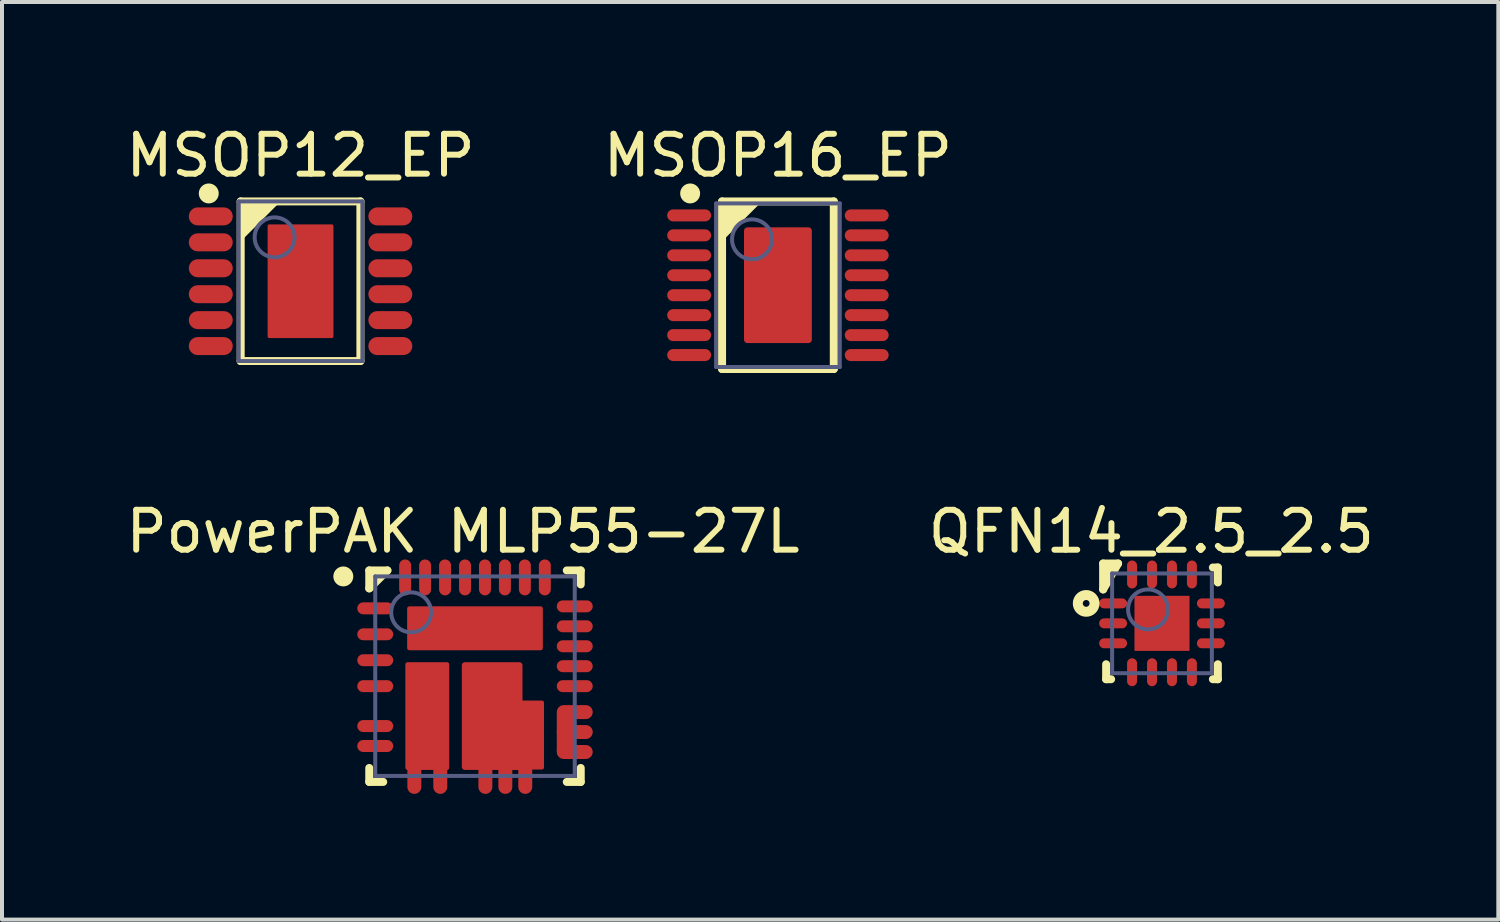
<source format=kicad_pcb>
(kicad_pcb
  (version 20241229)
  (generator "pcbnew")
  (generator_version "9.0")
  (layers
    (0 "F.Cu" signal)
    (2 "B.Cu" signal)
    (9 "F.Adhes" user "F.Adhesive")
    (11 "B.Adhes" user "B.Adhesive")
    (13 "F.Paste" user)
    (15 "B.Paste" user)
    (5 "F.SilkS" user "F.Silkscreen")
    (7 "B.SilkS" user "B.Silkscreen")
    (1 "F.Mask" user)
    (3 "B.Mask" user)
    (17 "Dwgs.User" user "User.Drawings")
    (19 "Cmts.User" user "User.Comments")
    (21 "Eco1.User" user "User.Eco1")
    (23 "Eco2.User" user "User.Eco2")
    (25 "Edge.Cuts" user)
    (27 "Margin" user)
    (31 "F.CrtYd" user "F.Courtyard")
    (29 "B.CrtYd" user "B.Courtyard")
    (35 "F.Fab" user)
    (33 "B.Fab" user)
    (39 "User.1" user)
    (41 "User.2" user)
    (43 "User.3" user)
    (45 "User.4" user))
  (footprint "MSOP12_EP"
    (layer "F.Cu")
    (at 4.482 3.998)
    (property "Reference" "MSOP12_EP" (at 0 -3.15 0) (layer "F.SilkS") (effects (font (size 1 1) (thickness 0.15))))
    (fp_line (start -1.5 -2) (end 1.5 -2) (stroke (width 0.2) (type solid)) (layer "F.SilkS"))
    (fp_line (start -1.5 2) (end -1.5 -2) (stroke (width 0.2) (type solid)) (layer "F.SilkS"))
    (fp_line (start -1.5 2) (end 1.5 2) (stroke (width 0.2) (type solid)) (layer "F.SilkS"))
    (fp_line (start 1.5 2) (end 1.5 -2) (stroke (width 0.2) (type solid)) (layer "F.SilkS"))
    (fp_circle (center -2.3 -2.2) (end -2.3 -2.325) (stroke (width 0.25) (type solid)) (fill no) (layer "F.SilkS"))
    (fp_poly (pts (xy -0.5 -2) (xy -1.5 -1) (xy -1.5 -2)) (stroke (width 0) (type default)) (fill yes) (layer "F.SilkS"))
    (fp_line (start -3 -2.1) (end 3 -2.1) (stroke (width 0.05) (type solid)) (layer "Eco2.User"))
    (fp_line (start -3 2.1) (end -3 -2.1) (stroke (width 0.05) (type solid)) (layer "Eco2.User"))
    (fp_line (start -3 2.1) (end 3 2.1) (stroke (width 0.05) (type solid)) (layer "Eco2.User"))
    (fp_line (start -0.5 0) (end 0.5 0) (stroke (width 0.1) (type solid)) (layer "Eco2.User"))
    (fp_line (start 0 0.5) (end 0 -0.5) (stroke (width 0.1) (type solid)) (layer "Eco2.User"))
    (fp_line (start 3 2.1) (end 3 -2.1) (stroke (width 0.05) (type solid)) (layer "Eco2.User"))
    (fp_line (start -1.55 -2) (end 1.55 -2) (stroke (width 0.1) (type solid)) (layer "B.Fab"))
    (fp_line (start -1.55 2) (end -1.55 -2) (stroke (width 0.1) (type solid)) (layer "B.Fab"))
    (fp_line (start -1.55 2) (end 1.55 2) (stroke (width 0.1) (type solid)) (layer "B.Fab"))
    (fp_line (start 1.55 2) (end 1.55 -2) (stroke (width 0.1) (type solid)) (layer "B.Fab"))
    (fp_circle (center -0.65 -1.1) (end -0.65 -1.6) (stroke (width 0.1) (type solid)) (fill no) (layer "B.Fab"))
    (pad "1" smd oval (at -2.25 -1.625 90) (size 0.45 1.1) (layers "F.Cu" "F.Mask" "F.Paste"))
    (pad "2" smd oval (at -2.25 -0.975 90) (size 0.45 1.1) (layers "F.Cu" "F.Mask" "F.Paste"))
    (pad "3" smd oval (at -2.25 -0.325 90) (size 0.45 1.1) (layers "F.Cu" "F.Mask" "F.Paste"))
    (pad "4" smd oval (at -2.25 0.325 90) (size 0.45 1.1) (layers "F.Cu" "F.Mask" "F.Paste"))
    (pad "5" smd oval (at -2.25 0.975 90) (size 0.45 1.1) (layers "F.Cu" "F.Mask" "F.Paste"))
    (pad "6" smd oval (at -2.25 1.625 90) (size 0.45 1.1) (layers "F.Cu" "F.Mask" "F.Paste"))
    (pad "7" smd oval (at 2.25 1.625 90) (size 0.45 1.1) (layers "F.Cu" "F.Mask" "F.Paste"))
    (pad "8" smd oval (at 2.25 0.975 90) (size 0.45 1.1) (layers "F.Cu" "F.Mask" "F.Paste"))
    (pad "9" smd oval (at 2.25 0.325 90) (size 0.45 1.1) (layers "F.Cu" "F.Mask" "F.Paste"))
    (pad "10" smd oval (at 2.25 -0.325 90) (size 0.45 1.1) (layers "F.Cu" "F.Mask" "F.Paste"))
    (pad "11" smd oval (at 2.25 -0.975 90) (size 0.45 1.1) (layers "F.Cu" "F.Mask" "F.Paste"))
    (pad "12" smd oval (at 2.25 -1.625 90) (size 0.45 1.1) (layers "F.Cu" "F.Mask" "F.Paste"))
    (pad "13" smd roundrect (at 0 0) (size 1.65 2.85) (layers "F.Cu" "F.Mask" "F.Paste") (roundrect_rratio 0.025)))
  (footprint "QFN14_2.5_2.5"
    (layer "F.Cu")
    (at 26.071 12.572)
    (property "Reference" "QFN14_2.5_2.5" (at -0.267 -2.3 0) (layer "F.SilkS") (effects (font (size 1 1) (thickness 0.15))))
    (fp_line (start -1.475 -1.5) (end -1.1 -1.5) (stroke (width 0.2) (type solid)) (layer "F.SilkS"))
    (fp_line (start -1.475 -0.85) (end -1.475 -1.5) (stroke (width 0.2) (type solid)) (layer "F.SilkS"))
    (fp_line (start -1.475 -0.85) (end -1.1 -1.5) (stroke (width 0.2) (type solid)) (layer "F.SilkS"))
    (fp_line (start -1.4 1.4) (end -1.4 1.025) (stroke (width 0.2) (type solid)) (layer "F.SilkS"))
    (fp_line (start -1.4 1.4) (end -1.275 1.4) (stroke (width 0.2) (type solid)) (layer "F.SilkS"))
    (fp_line (start 1.275 -1.4) (end 1.4 -1.4) (stroke (width 0.2) (type solid)) (layer "F.SilkS"))
    (fp_line (start 1.275 1.4) (end 1.4 1.4) (stroke (width 0.2) (type solid)) (layer "F.SilkS"))
    (fp_line (start 1.4 -1.025) (end 1.4 -1.4) (stroke (width 0.2) (type solid)) (layer "F.SilkS"))
    (fp_line (start 1.4 1.4) (end 1.4 1.025) (stroke (width 0.2) (type solid)) (layer "F.SilkS"))
    (fp_rect (start -1.523 -1.146) (end -1.203 -1.501) (stroke (width 0) (type default)) (fill yes) (layer "F.SilkS"))
    (fp_circle (center -1.9 -0.5) (end -1.9 -0.585) (stroke (width 0.25) (type solid)) (fill no) (layer "F.SilkS"))
    (fp_line (start -1.825 -1.825) (end 1.825 -1.825) (stroke (width 0.05) (type solid)) (layer "Eco2.User"))
    (fp_line (start -1.825 1.825) (end -1.825 -1.825) (stroke (width 0.05) (type solid)) (layer "Eco2.User"))
    (fp_line (start -1.825 1.825) (end 1.825 1.825) (stroke (width 0.05) (type solid)) (layer "Eco2.User"))
    (fp_line (start -0.5 0) (end 0.5 0) (stroke (width 0.1) (type solid)) (layer "Eco2.User"))
    (fp_line (start 0 0.5) (end 0 -0.5) (stroke (width 0.1) (type solid)) (layer "Eco2.User"))
    (fp_line (start 1.825 1.825) (end 1.825 -1.825) (stroke (width 0.05) (type solid)) (layer "Eco2.User"))
    (fp_line (start -1.25 -1.25) (end 1.25 -1.25) (stroke (width 0.1) (type solid)) (layer "B.Fab"))
    (fp_line (start -1.25 1.25) (end -1.25 -1.25) (stroke (width 0.1) (type solid)) (layer "B.Fab"))
    (fp_line (start -1.25 1.25) (end 1.25 1.25) (stroke (width 0.1) (type solid)) (layer "B.Fab"))
    (fp_line (start 1.25 1.25) (end 1.25 -1.25) (stroke (width 0.1) (type solid)) (layer "B.Fab"))
    (fp_circle (center -0.35 -0.35) (end -0.35 -0.85) (stroke (width 0.1) (type solid)) (fill no) (layer "B.Fab"))
    (pad "1" smd oval (at -1.225 -0.5 90) (size 0.25 0.7) (layers "F.Cu" "F.Mask" "F.Paste"))
    (pad "2" smd oval (at -1.225 0 90) (size 0.25 0.7) (layers "F.Cu" "F.Mask" "F.Paste"))
    (pad "3" smd oval (at -1.225 0.5 90) (size 0.25 0.7) (layers "F.Cu" "F.Mask" "F.Paste"))
    (pad "4" smd oval (at -0.75 1.225) (size 0.25 0.7) (layers "F.Cu" "F.Mask" "F.Paste"))
    (pad "5" smd oval (at -0.25 1.225) (size 0.25 0.7) (layers "F.Cu" "F.Mask" "F.Paste"))
    (pad "6" smd oval (at 0.25 1.225) (size 0.25 0.7) (layers "F.Cu" "F.Mask" "F.Paste"))
    (pad "7" smd oval (at 0.75 1.225) (size 0.25 0.7) (layers "F.Cu" "F.Mask" "F.Paste"))
    (pad "8" smd oval (at 1.225 0.5 90) (size 0.25 0.7) (layers "F.Cu" "F.Mask" "F.Paste"))
    (pad "9" smd oval (at 1.225 0 90) (size 0.25 0.7) (layers "F.Cu" "F.Mask" "F.Paste"))
    (pad "10" smd oval (at 1.225 -0.5 90) (size 0.25 0.7) (layers "F.Cu" "F.Mask" "F.Paste"))
    (pad "11" smd oval (at 0.75 -1.225) (size 0.25 0.7) (layers "F.Cu" "F.Mask" "F.Paste"))
    (pad "12" smd oval (at 0.25 -1.225) (size 0.25 0.7) (layers "F.Cu" "F.Mask" "F.Paste"))
    (pad "13" smd oval (at -0.25 -1.225) (size 0.25 0.7) (layers "F.Cu" "F.Mask" "F.Paste"))
    (pad "14" smd oval (at -0.75 -1.225) (size 0.25 0.7) (layers "F.Cu" "F.Mask" "F.Paste"))
    (pad "15" smd rect (at 0 0) (size 1.38 1.38) (layers "F.Cu" "F.Mask" "F.Paste")))
  (footprint "PowerPAK MLP55-27L"
    (layer "F.Cu")
    (at 8.854 13.896)
    (property "Reference" "PowerPAK MLP55-27L" (at -0.3 -3.625 0) (layer "F.SilkS") (effects (font (size 1 1) (thickness 0.15))))
    (fp_line (start -2.65 -2.65) (end -2.195 -2.65) (stroke (width 0.2) (type solid)) (layer "F.SilkS"))
    (fp_line (start -2.65 -2.2) (end -2.65 -2.65) (stroke (width 0.2) (type solid)) (layer "F.SilkS"))
    (fp_line (start -2.65 -2.2) (end -2.195 -2.65) (stroke (width 0.2) (type solid)) (layer "F.SilkS"))
    (fp_line (start -2.65 2.65) (end -2.65 2.3) (stroke (width 0.2) (type solid)) (layer "F.SilkS"))
    (fp_line (start -2.65 2.65) (end -2.3 2.65) (stroke (width 0.2) (type solid)) (layer "F.SilkS"))
    (fp_line (start 2.3 -2.65) (end 2.65 -2.65) (stroke (width 0.2) (type solid)) (layer "F.SilkS"))
    (fp_line (start 2.3 2.65) (end 2.65 2.65) (stroke (width 0.2) (type solid)) (layer "F.SilkS"))
    (fp_line (start 2.65 -2.3) (end 2.65 -2.65) (stroke (width 0.2) (type solid)) (layer "F.SilkS"))
    (fp_line (start 2.65 2.65) (end 2.65 2.3) (stroke (width 0.2) (type solid)) (layer "F.SilkS"))
    (fp_rect (start -2.65 -2.425) (end -2.422 -2.65) (stroke (width 0) (type default)) (fill yes) (layer "F.SilkS"))
    (fp_circle (center -3.3 -2.5) (end -3.3 -2.625) (stroke (width 0.25) (type solid)) (fill no) (layer "F.SilkS"))
    (fp_line (start -3.075 -3.075) (end 3.075 -3.075) (stroke (width 0.05) (type solid)) (layer "Eco2.User"))
    (fp_line (start -3.075 3.075) (end -3.075 -3.075) (stroke (width 0.05) (type solid)) (layer "Eco2.User"))
    (fp_line (start -3.075 3.075) (end 3.075 3.075) (stroke (width 0.05) (type solid)) (layer "Eco2.User"))
    (fp_line (start -0.5 0) (end 0.5 0) (stroke (width 0.1) (type solid)) (layer "Eco2.User"))
    (fp_line (start 0 0.5) (end 0 -0.5) (stroke (width 0.1) (type solid)) (layer "Eco2.User"))
    (fp_line (start 3.075 3.075) (end 3.075 -3.075) (stroke (width 0.05) (type solid)) (layer "Eco2.User"))
    (fp_line (start -2.5 -2.5) (end 2.5 -2.5) (stroke (width 0.1) (type solid)) (layer "B.Fab"))
    (fp_line (start -2.5 2.5) (end -2.5 -2.5) (stroke (width 0.1) (type solid)) (layer "B.Fab"))
    (fp_line (start -2.5 2.5) (end 2.5 2.5) (stroke (width 0.1) (type solid)) (layer "B.Fab"))
    (fp_line (start 2.5 2.5) (end 2.5 -2.5) (stroke (width 0.1) (type solid)) (layer "B.Fab"))
    (fp_circle (center -1.6 -1.6) (end -1.6 -2.1) (stroke (width 0.1) (type solid)) (fill no) (layer "B.Fab"))
    (pad "1" smd oval (at -2.5 -1.7 90) (size 0.3 0.9) (layers "F.Cu" "F.Mask" "F.Paste"))
    (pad "2" smd oval (at -2.5 -1.05 90) (size 0.3 0.9) (layers "F.Cu" "F.Mask" "F.Paste"))
    (pad "3" smd oval (at -2.5 -0.4 90) (size 0.3 0.9) (layers "F.Cu" "F.Mask" "F.Paste"))
    (pad "4" smd oval (at -2.5 0.25 90) (size 0.3 0.9) (layers "F.Cu" "F.Mask" "F.Paste"))
    (pad "5" smd oval (at -2.5 1.25 90) (size 0.3 0.9) (layers "F.Cu" "F.Mask" "F.Paste"))
    (pad "6" smd oval (at -2.5 1.75 90) (size 0.3 0.9) (layers "F.Cu" "F.Mask" "F.Paste"))
    (pad "7" smd oval (at -1.52 2.5) (size 0.35 0.9) (layers "F.Cu" "F.Mask" "F.Paste"))
    (pad "8" smd oval (at -0.87 2.5) (size 0.35 0.9) (layers "F.Cu" "F.Mask" "F.Paste"))
    (pad "9" smd oval (at 0.26 2.5) (size 0.35 0.9) (layers "F.Cu" "F.Mask" "F.Paste"))
    (pad "10" smd oval (at 0.76 2.5) (size 0.35 0.9) (layers "F.Cu" "F.Mask" "F.Paste"))
    (pad "11" smd oval (at 1.26 2.5) (size 0.35 0.9) (layers "F.Cu" "F.Mask" "F.Paste"))
    (pad "12" smd oval (at 2.5 1.9 90) (size 0.35 0.9) (layers "F.Cu" "F.Mask" "F.Paste"))
    (pad "13" smd oval (at 2.5 1.4 90) (size 0.35 0.9) (layers "F.Cu" "F.Mask" "F.Paste"))
    (pad "14" smd rect (at 2.28 1.406) (size 0.461 0.986) (layers "F.Cu"))
    (pad "14" smd oval (at 2.5 0.9 90) (size 0.35 0.9) (layers "F.Cu" "F.Mask" "F.Paste"))
    (pad "15" smd oval (at 2.5 0.25 90) (size 0.3 0.9) (layers "F.Cu" "F.Mask" "F.Paste"))
    (pad "16" smd oval (at 2.5 -0.25 90) (size 0.3 0.9) (layers "F.Cu" "F.Mask" "F.Paste"))
    (pad "17" smd oval (at 2.5 -0.75 90) (size 0.3 0.9) (layers "F.Cu" "F.Mask" "F.Paste"))
    (pad "18" smd oval (at 2.5 -1.25 90) (size 0.3 0.9) (layers "F.Cu" "F.Mask" "F.Paste"))
    (pad "19" smd oval (at 2.5 -1.75 90) (size 0.3 0.9) (layers "F.Cu" "F.Mask" "F.Paste"))
    (pad "20" smd oval (at 1.75 -2.475) (size 0.3 0.9) (layers "F.Cu" "F.Mask" "F.Paste"))
    (pad "21" smd oval (at 1.25 -2.475) (size 0.3 0.9) (layers "F.Cu" "F.Mask" "F.Paste"))
    (pad "22" smd oval (at 0.75 -2.475) (size 0.3 0.9) (layers "F.Cu" "F.Mask" "F.Paste"))
    (pad "23" smd oval (at 0.25 -2.475) (size 0.3 0.9) (layers "F.Cu" "F.Mask" "F.Paste"))
    (pad "24" smd oval (at -0.25 -2.475) (size 0.3 0.9) (layers "F.Cu" "F.Mask" "F.Paste"))
    (pad "25" smd oval (at -0.75 -2.475) (size 0.3 0.9) (layers "F.Cu" "F.Mask" "F.Paste"))
    (pad "26" smd oval (at -1.25 -2.475) (size 0.3 0.9) (layers "F.Cu" "F.Mask" "F.Paste"))
    (pad "27" smd oval (at -1.75 -2.475) (size 0.3 0.9) (layers "F.Cu" "F.Mask" "F.Paste"))
    (pad "28" smd roundrect (at 0 -1.2 90) (size 1.1 3.4) (layers "F.Cu" "F.Mask" "F.Paste") (roundrect_rratio 0.05))
    (pad "29" smd roundrect (at -1.195 1 180) (size 1.1 2.7) (layers "F.Cu" "F.Mask" "F.Paste") (roundrect_rratio 0.05))
    (pad "30" smd roundrect (at 0.43 1 180) (size 1.52 2.7) (layers "F.Cu" "F.Mask" "F.Paste") (roundrect_rratio 0.05))
    (pad "30" smd roundrect (at 1.18 1.475 180) (size 1.1 1.73) (layers "F.Cu" "F.Mask" "F.Paste") (roundrect_rratio 0.05)))
  (footprint "MSOP16_EP"
    (layer "F.Cu")
    (at 16.446 4.098)
    (property "Reference" "MSOP16_EP" (at 0 -3.25 0) (layer "F.SilkS") (effects (font (size 1 1) (thickness 0.15))))
    (fp_line (start -1.4 -2.1) (end 1.4 -2.1) (stroke (width 0.2) (type solid)) (layer "F.SilkS"))
    (fp_line (start -1.4 2.1) (end -1.4 -2.1) (stroke (width 0.2) (type solid)) (layer "F.SilkS"))
    (fp_line (start -1.4 2.1) (end 1.4 2.1) (stroke (width 0.2) (type solid)) (layer "F.SilkS"))
    (fp_line (start 1.4 2.1) (end 1.4 -2.1) (stroke (width 0.2) (type solid)) (layer "F.SilkS"))
    (fp_circle (center -2.2 -2.3) (end -2.2 -2.425) (stroke (width 0.25) (type solid)) (fill no) (layer "F.SilkS"))
    (fp_poly (pts (xy -0.4 -2.1) (xy -1.4 -1.1) (xy -1.4 -2.1)) (stroke (width 0) (type default)) (fill yes) (layer "F.SilkS"))
    (fp_line (start -3.125 -2.3) (end 3.125 -2.3) (stroke (width 0.05) (type solid)) (layer "Eco2.User"))
    (fp_line (start -3.125 2.3) (end -3.125 -2.3) (stroke (width 0.05) (type solid)) (layer "Eco2.User"))
    (fp_line (start -3.125 2.3) (end 3.125 2.3) (stroke (width 0.05) (type solid)) (layer "Eco2.User"))
    (fp_line (start -0.5 0) (end 0.5 0) (stroke (width 0.1) (type solid)) (layer "Eco2.User"))
    (fp_line (start 0 0.5) (end 0 -0.5) (stroke (width 0.1) (type solid)) (layer "Eco2.User"))
    (fp_line (start 3.125 2.3) (end 3.125 -2.3) (stroke (width 0.05) (type solid)) (layer "Eco2.User"))
    (fp_line (start -1.55 -2.05) (end 1.55 -2.05) (stroke (width 0.1) (type solid)) (layer "B.Fab"))
    (fp_line (start -1.55 2.05) (end -1.55 -2.05) (stroke (width 0.1) (type solid)) (layer "B.Fab"))
    (fp_line (start -1.55 2.05) (end 1.55 2.05) (stroke (width 0.1) (type solid)) (layer "B.Fab"))
    (fp_line (start 1.55 2.05) (end 1.55 -2.05) (stroke (width 0.1) (type solid)) (layer "B.Fab"))
    (fp_circle (center -0.65 -1.15) (end -0.65 -1.65) (stroke (width 0.1) (type solid)) (fill no) (layer "B.Fab"))
    (pad "1" smd oval (at -2.225 -1.75 90) (size 0.3 1.1) (layers "F.Cu" "F.Mask" "F.Paste"))
    (pad "2" smd oval (at -2.225 -1.25 90) (size 0.3 1.1) (layers "F.Cu" "F.Mask" "F.Paste"))
    (pad "3" smd oval (at -2.225 -0.75 90) (size 0.3 1.1) (layers "F.Cu" "F.Mask" "F.Paste"))
    (pad "4" smd oval (at -2.225 -0.25 90) (size 0.3 1.1) (layers "F.Cu" "F.Mask" "F.Paste"))
    (pad "5" smd oval (at -2.225 0.25 90) (size 0.3 1.1) (layers "F.Cu" "F.Mask" "F.Paste"))
    (pad "6" smd oval (at -2.225 0.75 90) (size 0.3 1.1) (layers "F.Cu" "F.Mask" "F.Paste"))
    (pad "7" smd oval (at -2.225 1.25 90) (size 0.3 1.1) (layers "F.Cu" "F.Mask" "F.Paste"))
    (pad "8" smd oval (at -2.225 1.75 90) (size 0.3 1.1) (layers "F.Cu" "F.Mask" "F.Paste"))
    (pad "9" smd oval (at 2.225 1.75 90) (size 0.3 1.1) (layers "F.Cu" "F.Mask" "F.Paste"))
    (pad "10" smd oval (at 2.225 1.25 90) (size 0.3 1.1) (layers "F.Cu" "F.Mask" "F.Paste"))
    (pad "11" smd oval (at 2.225 0.75 90) (size 0.3 1.1) (layers "F.Cu" "F.Mask" "F.Paste"))
    (pad "12" smd oval (at 2.225 0.25 90) (size 0.3 1.1) (layers "F.Cu" "F.Mask" "F.Paste"))
    (pad "13" smd oval (at 2.225 -0.25 90) (size 0.3 1.1) (layers "F.Cu" "F.Mask" "F.Paste"))
    (pad "14" smd oval (at 2.225 -0.75 90) (size 0.3 1.1) (layers "F.Cu" "F.Mask" "F.Paste"))
    (pad "15" smd oval (at 2.225 -1.25 90) (size 0.3 1.1) (layers "F.Cu" "F.Mask" "F.Paste"))
    (pad "16" smd oval (at 2.225 -1.75 90) (size 0.3 1.1) (layers "F.Cu" "F.Mask" "F.Paste"))
    (pad "17" smd roundrect (at 0 0) (size 1.7 2.9) (layers "F.Cu" "F.Mask" "F.Paste") (roundrect_rratio 0.05)))
  (gr_rect
    (start -3 -3)
    (end 34.5 19.997)
    (stroke (width 0.1) (type default))
    (fill no)
    (layer "Edge.Cuts")))
</source>
